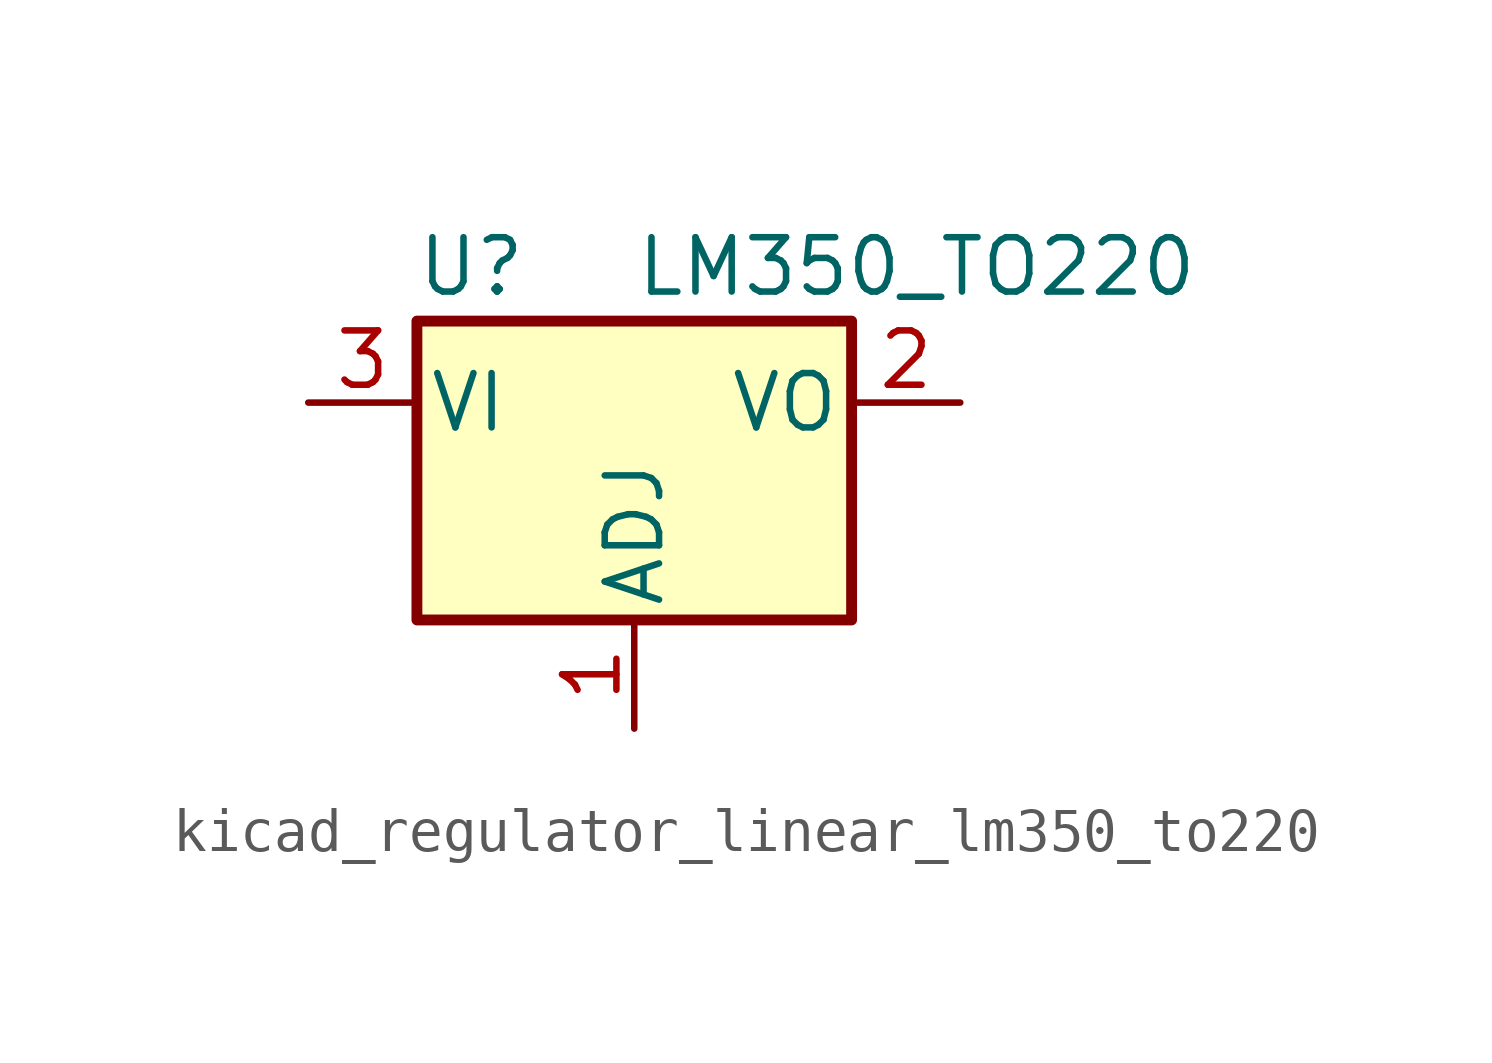
<source format=kicad_sym>
(kicad_symbol_lib
  (version 20220914)
  (generator kicad_symbol_editor)
  (symbol "kicad_regulator_linear_lm350_to220"
    (pin_names
      (offset 0.254))
    (property "Reference" "U"
      (at -3.81 3.175 0)
      (effects (font (size 1.27 1.27))))
    (property "Value" "LM350_TO220"
      (at 0 3.175 0)
      (effects (font (size 1.27 1.27)) (justify left)))
    (symbol "kicad_regulator_linear_lm350_to220_0_1"
      (rectangle (start -5.08 1.905) (end 5.08 -5.08) (stroke (width 0.254) (type default)) (fill (type background))))
    (symbol "kicad_regulator_linear_lm350_to220_1_1"
      (pin input line (at 0 -7.62 90) (length 2.54) (name "ADJ" (effects (font (size 1.27 1.27)))) (number "1" (effects (font (size 1.27 1.27)))))
      (pin power_out line (at 7.62 0 180) (length 2.54) (name "VO" (effects (font (size 1.27 1.27)))) (number "2" (effects (font (size 1.27 1.27)))))
      (pin power_in line (at -7.62 0 0) (length 2.54) (name "VI" (effects (font (size 1.27 1.27)))) (number "3" (effects (font (size 1.27 1.27))))))))
</source>
